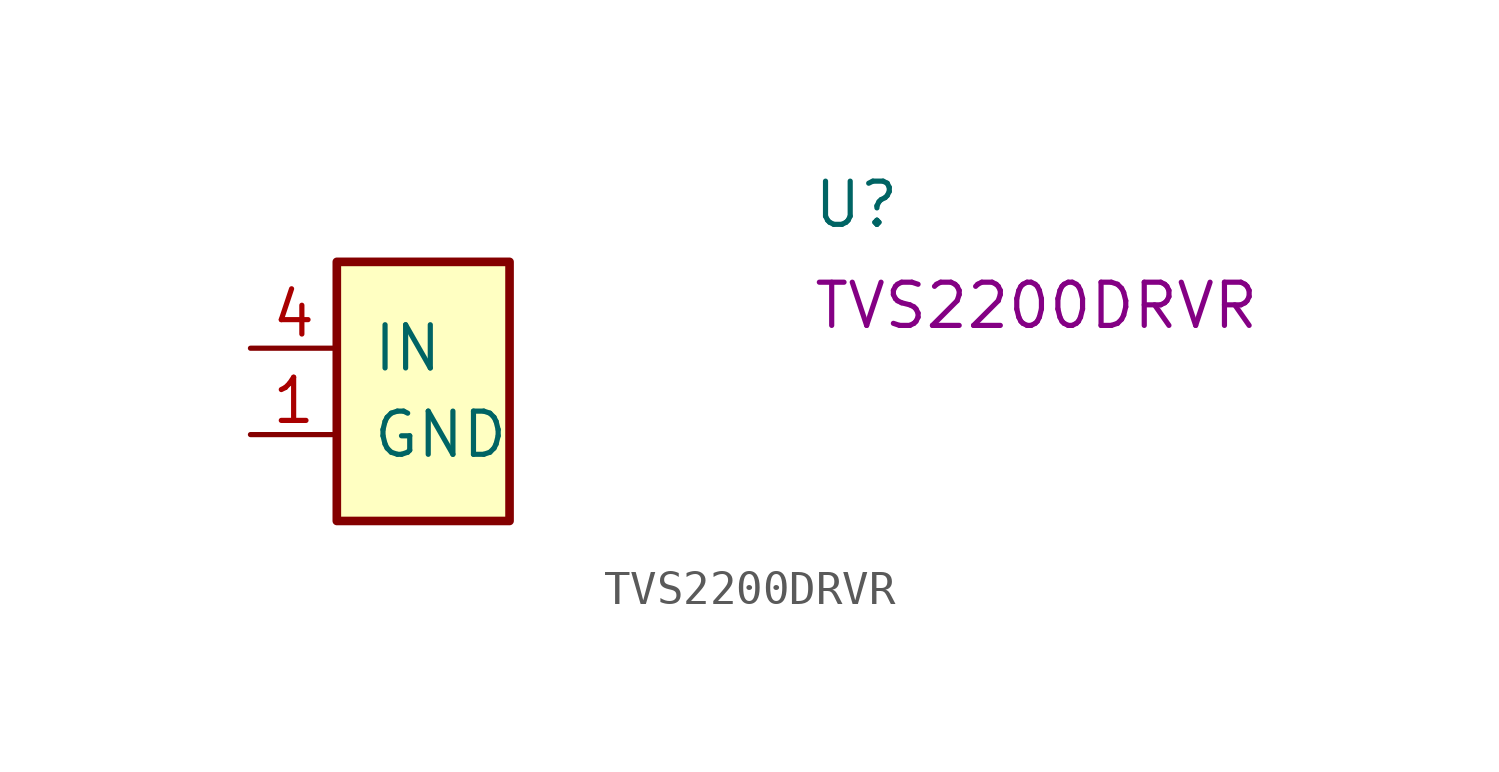
<source format=kicad_sym>
(kicad_symbol_lib
  (version 20220914)
  (generator kicad_symbol_editor)
  (symbol "TVS2200DRVR"
    (pin_names
      (offset 1.016))
    (property "Reference" "U"
      (at 16.51 3.48 0)
      (effects (font (size 1.27 1.27)) (justify left bottom)))
    (property "MPN" "TVS2200DRVR"
      (at 16.51 0.508 0)
      (effects (font (size 1.27 1.27)) (justify left bottom)))
    (symbol "TVS2200DRVR_1_0"
      (rectangle (start 2.54 2.54) (end 7.62 -5.08) (stroke (width 0.254) (type default)) (fill (type background)))
      (pin passive line (at 0 -2.54 0) (length 2.54) (name "GND" (effects (font (size 1.27 1.27)))) (number "1" (effects (font (size 1.27 1.27)))))
      (pin passive line (at 0 -2.54 0) (length 2.54) hide (name "GND" (effects (font (size 1.27 1.27)))) (number "2" (effects (font (size 1.27 1.27)))))
      (pin passive line (at 0 -2.54 0) (length 2.54) hide (name "GND" (effects (font (size 1.27 1.27)))) (number "3" (effects (font (size 1.27 1.27)))))
      (pin passive line (at 0 0 0) (length 2.54) (name "IN" (effects (font (size 1.27 1.27)))) (number "4" (effects (font (size 1.27 1.27)))))
      (pin passive line (at 0 0 0) (length 2.54) hide (name "IN" (effects (font (size 1.27 1.27)))) (number "5" (effects (font (size 1.27 1.27)))))
      (pin passive line (at 0 0 0) (length 2.54) hide (name "IN" (effects (font (size 1.27 1.27)))) (number "6" (effects (font (size 1.27 1.27)))))
      (pin passive line (at 0 -2.54 0) (length 2.54) hide (name "GND" (effects (font (size 1.27 1.27)))) (number "7" (effects (font (size 1.27 1.27))))))))
</source>
